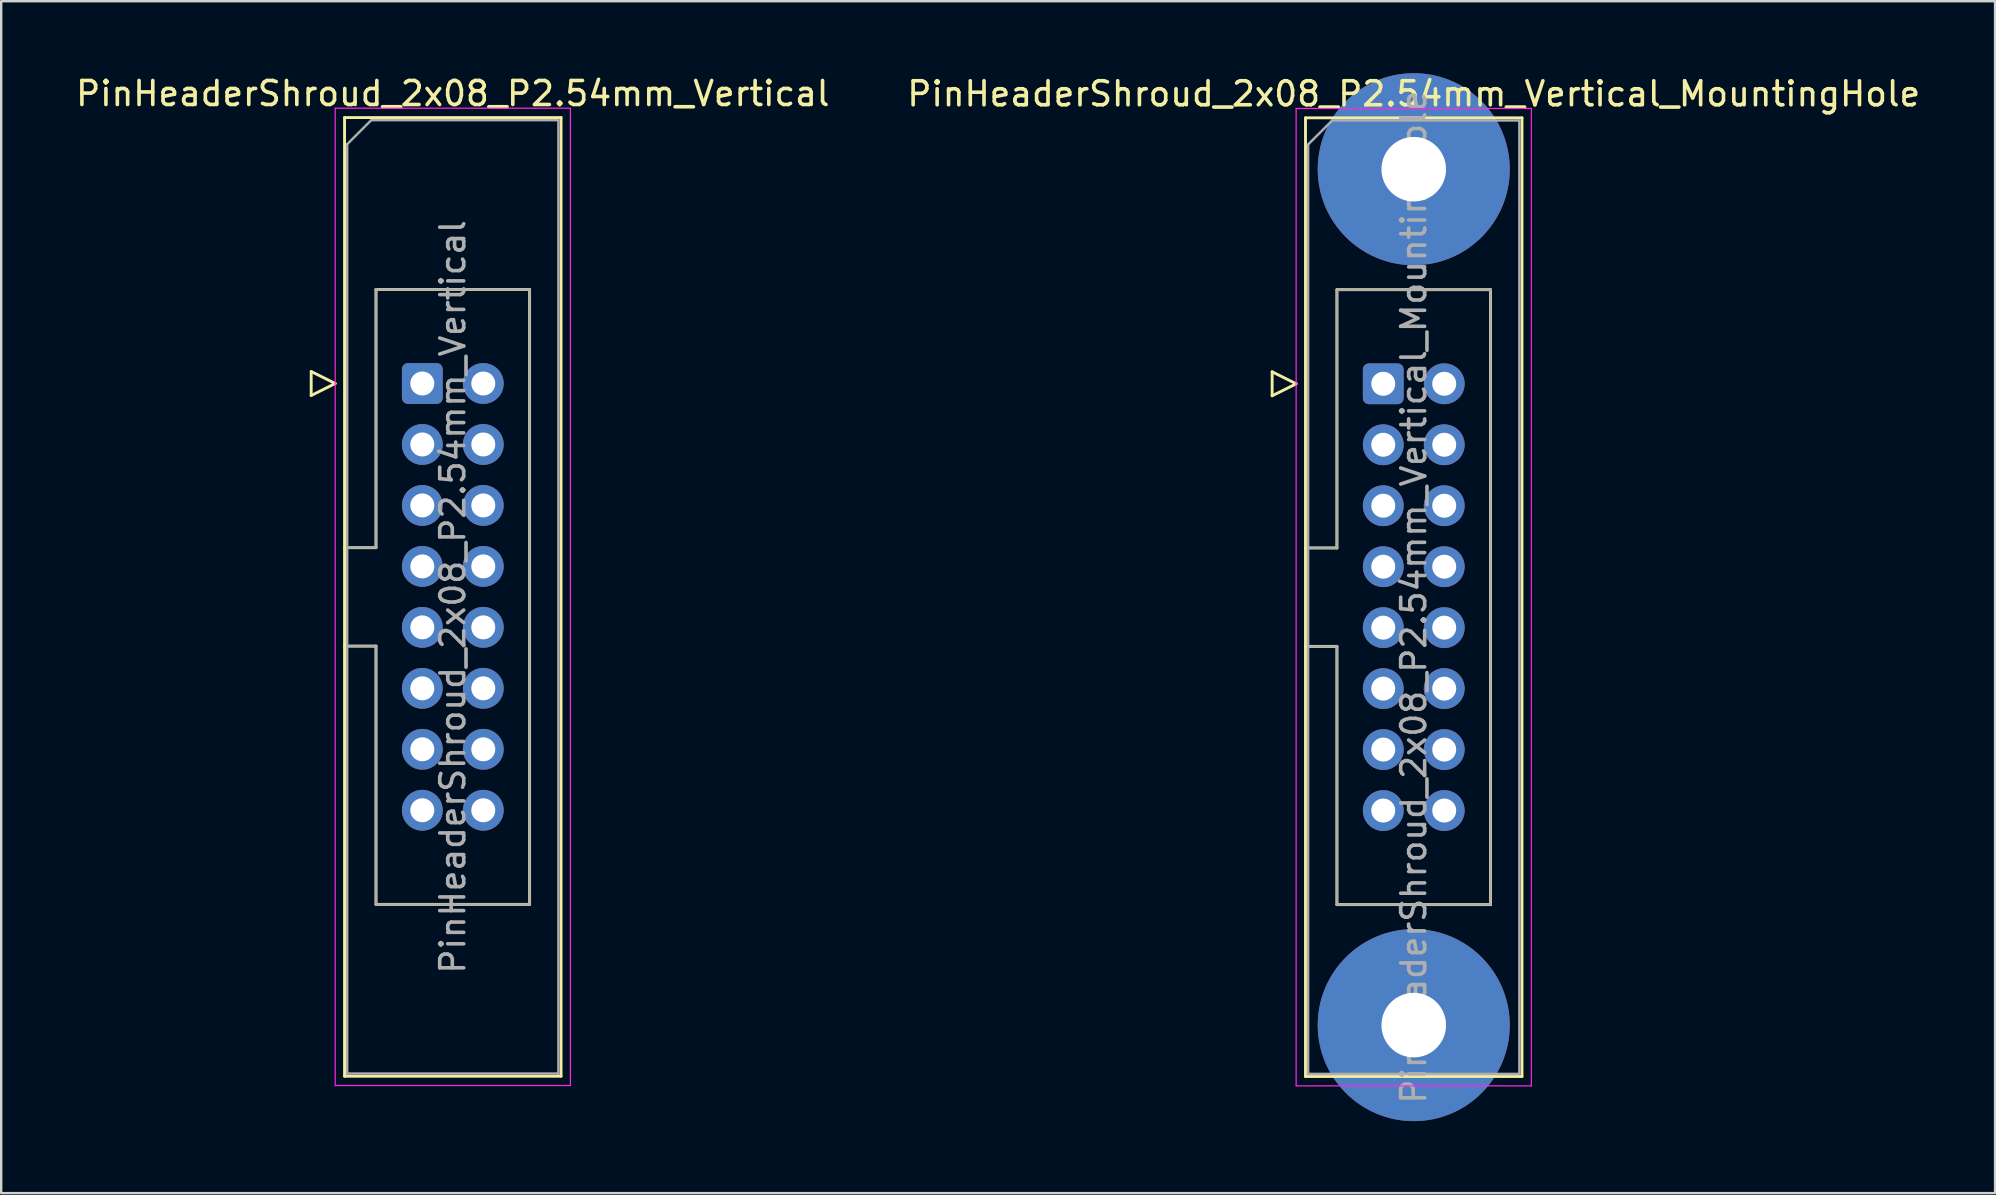
<source format=kicad_pcb>
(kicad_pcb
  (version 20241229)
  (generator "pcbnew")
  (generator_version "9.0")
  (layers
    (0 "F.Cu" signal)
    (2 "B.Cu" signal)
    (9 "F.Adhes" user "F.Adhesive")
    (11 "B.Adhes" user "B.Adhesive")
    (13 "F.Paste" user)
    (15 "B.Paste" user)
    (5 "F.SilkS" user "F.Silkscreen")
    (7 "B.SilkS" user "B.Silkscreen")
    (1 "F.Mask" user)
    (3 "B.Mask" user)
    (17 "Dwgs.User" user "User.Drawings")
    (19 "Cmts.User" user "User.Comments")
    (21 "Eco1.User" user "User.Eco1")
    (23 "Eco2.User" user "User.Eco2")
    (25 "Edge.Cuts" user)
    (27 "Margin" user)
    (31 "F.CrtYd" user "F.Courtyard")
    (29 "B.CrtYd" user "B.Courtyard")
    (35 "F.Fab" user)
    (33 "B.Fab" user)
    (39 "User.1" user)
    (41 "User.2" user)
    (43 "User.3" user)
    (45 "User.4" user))
  (footprint "PinHeaderShroud_2x08_P2.54mm_Vertical_MountingHole"
    (layer "F.Cu")
    (at 54.581 12.94)
    (property "Reference" "PinHeaderShroud_2x08_P2.54mm_Vertical_MountingHole" (at 1.27 -12.08 0) (layer "F.SilkS") (effects (font (size 1 1) (thickness 0.15))))
    (attr through_hole)
    (fp_line (start -4.63 -0.5) (end -4.63 0.5) (stroke (width 0.12) (type solid)) (layer "F.SilkS"))
    (fp_line (start -4.63 0.5) (end -3.63 0) (stroke (width 0.12) (type solid)) (layer "F.SilkS"))
    (fp_line (start -3.63 0) (end -4.63 -0.5) (stroke (width 0.12) (type solid)) (layer "F.SilkS"))
    (fp_line (start -3.24 -11.08) (end 5.78 -11.08) (stroke (width 0.12) (type solid)) (layer "F.SilkS"))
    (fp_line (start -3.24 6.84) (end -1.93 6.84) (stroke (width 0.12) (type solid)) (layer "F.SilkS"))
    (fp_line (start -3.24 10.94) (end -1.93 10.94) (stroke (width 0.12) (type solid)) (layer "F.SilkS"))
    (fp_line (start -3.24 28.86) (end -3.24 -11.08) (stroke (width 0.12) (type solid)) (layer "F.SilkS"))
    (fp_line (start -1.93 -3.92) (end 4.47 -3.92) (stroke (width 0.12) (type solid)) (layer "F.SilkS"))
    (fp_line (start -1.93 6.84) (end -1.93 -3.92) (stroke (width 0.12) (type solid)) (layer "F.SilkS"))
    (fp_line (start -1.93 21.7) (end -1.93 10.94) (stroke (width 0.12) (type solid)) (layer "F.SilkS"))
    (fp_line (start 4.47 -3.92) (end 4.47 21.7) (stroke (width 0.12) (type solid)) (layer "F.SilkS"))
    (fp_line (start 4.47 21.7) (end -1.93 21.7) (stroke (width 0.12) (type solid)) (layer "F.SilkS"))
    (fp_line (start 5.78 -11.08) (end 5.78 28.86) (stroke (width 0.12) (type solid)) (layer "F.SilkS"))
    (fp_line (start 5.78 28.86) (end -3.24 28.86) (stroke (width 0.12) (type solid)) (layer "F.SilkS"))
    (fp_line (start -3.63 -11.47) (end -3.63 29.25) (stroke (width 0.05) (type solid)) (layer "F.CrtYd"))
    (fp_line (start -3.63 29.25) (end 6.17 29.25) (stroke (width 0.05) (type solid)) (layer "F.CrtYd"))
    (fp_line (start 6.17 -11.47) (end -3.63 -11.47) (stroke (width 0.05) (type solid)) (layer "F.CrtYd"))
    (fp_line (start 6.17 29.25) (end 6.17 -11.47) (stroke (width 0.05) (type solid)) (layer "F.CrtYd"))
    (fp_line (start -3.13 -9.97) (end -2.13 -10.97) (stroke (width 0.1) (type solid)) (layer "F.Fab"))
    (fp_line (start -3.13 6.84) (end -1.93 6.84) (stroke (width 0.1) (type solid)) (layer "F.Fab"))
    (fp_line (start -3.13 10.94) (end -1.93 10.94) (stroke (width 0.1) (type solid)) (layer "F.Fab"))
    (fp_line (start -3.13 28.75) (end -3.13 -9.97) (stroke (width 0.1) (type solid)) (layer "F.Fab"))
    (fp_line (start -2.13 -10.97) (end 5.67 -10.97) (stroke (width 0.1) (type solid)) (layer "F.Fab"))
    (fp_line (start -1.93 -3.92) (end 4.47 -3.92) (stroke (width 0.1) (type solid)) (layer "F.Fab"))
    (fp_line (start -1.93 6.84) (end -1.93 -3.92) (stroke (width 0.1) (type solid)) (layer "F.Fab"))
    (fp_line (start -1.93 21.7) (end -1.93 10.94) (stroke (width 0.1) (type solid)) (layer "F.Fab"))
    (fp_line (start 4.47 -3.92) (end 4.47 21.7) (stroke (width 0.1) (type solid)) (layer "F.Fab"))
    (fp_line (start 4.47 21.7) (end -1.93 21.7) (stroke (width 0.1) (type solid)) (layer "F.Fab"))
    (fp_line (start 5.67 -10.97) (end 5.67 28.75) (stroke (width 0.1) (type solid)) (layer "F.Fab"))
    (fp_line (start 5.67 28.75) (end -3.13 28.75) (stroke (width 0.1) (type solid)) (layer "F.Fab"))
    (fp_text user "${REFERENCE}" (at 1.27 8.89 90) (layer "F.Fab") (effects (font (size 1 1) (thickness 0.15))))
    (pad "" thru_hole circle (at 1.27 -8.94) (size 8 8) (drill 2.69) (layers "*.Cu" "*.Mask"))
    (pad "" thru_hole circle (at 1.27 26.72) (size 8 8) (drill 2.69) (layers "*.Cu" "*.Mask"))
    (pad "1" thru_hole roundrect (at 0 0) (size 1.7 1.7) (drill 1) (layers "*.Cu" "*.Mask") (roundrect_rratio 0.147))
    (pad "2" thru_hole circle (at 2.54 0) (size 1.7 1.7) (drill 1) (layers "*.Cu" "*.Mask"))
    (pad "3" thru_hole circle (at 0 2.54) (size 1.7 1.7) (drill 1) (layers "*.Cu" "*.Mask"))
    (pad "4" thru_hole circle (at 2.54 2.54) (size 1.7 1.7) (drill 1) (layers "*.Cu" "*.Mask"))
    (pad "5" thru_hole circle (at 0 5.08) (size 1.7 1.7) (drill 1) (layers "*.Cu" "*.Mask"))
    (pad "6" thru_hole circle (at 2.54 5.08) (size 1.7 1.7) (drill 1) (layers "*.Cu" "*.Mask"))
    (pad "7" thru_hole circle (at 0 7.62) (size 1.7 1.7) (drill 1) (layers "*.Cu" "*.Mask"))
    (pad "8" thru_hole circle (at 2.54 7.62) (size 1.7 1.7) (drill 1) (layers "*.Cu" "*.Mask"))
    (pad "9" thru_hole circle (at 0 10.16) (size 1.7 1.7) (drill 1) (layers "*.Cu" "*.Mask"))
    (pad "10" thru_hole circle (at 2.54 10.16) (size 1.7 1.7) (drill 1) (layers "*.Cu" "*.Mask"))
    (pad "11" thru_hole circle (at 0 12.7) (size 1.7 1.7) (drill 1) (layers "*.Cu" "*.Mask"))
    (pad "12" thru_hole circle (at 2.54 12.7) (size 1.7 1.7) (drill 1) (layers "*.Cu" "*.Mask"))
    (pad "13" thru_hole circle (at 0 15.24) (size 1.7 1.7) (drill 1) (layers "*.Cu" "*.Mask"))
    (pad "14" thru_hole circle (at 2.54 15.24) (size 1.7 1.7) (drill 1) (layers "*.Cu" "*.Mask"))
    (pad "15" thru_hole circle (at 0 17.78) (size 1.7 1.7) (drill 1) (layers "*.Cu" "*.Mask"))
    (pad "16" thru_hole circle (at 2.54 17.78) (size 1.7 1.7) (drill 1) (layers "*.Cu" "*.Mask")))
  (footprint "PinHeaderShroud_2x08_P2.54mm_Vertical"
    (layer "F.Cu")
    (at 14.545 12.928)
    (property "Reference" "PinHeaderShroud_2x08_P2.54mm_Vertical" (at 1.27 -12.08 0) (layer "F.SilkS") (effects (font (size 1 1) (thickness 0.15))))
    (attr through_hole)
    (fp_line (start -4.63 -0.5) (end -4.63 0.5) (stroke (width 0.12) (type solid)) (layer "F.SilkS"))
    (fp_line (start -4.63 0.5) (end -3.63 0) (stroke (width 0.12) (type solid)) (layer "F.SilkS"))
    (fp_line (start -3.63 0) (end -4.63 -0.5) (stroke (width 0.12) (type solid)) (layer "F.SilkS"))
    (fp_line (start -3.24 -11.08) (end 5.78 -11.08) (stroke (width 0.12) (type solid)) (layer "F.SilkS"))
    (fp_line (start -3.24 6.84) (end -1.93 6.84) (stroke (width 0.12) (type solid)) (layer "F.SilkS"))
    (fp_line (start -3.24 10.94) (end -1.93 10.94) (stroke (width 0.12) (type solid)) (layer "F.SilkS"))
    (fp_line (start -3.24 28.86) (end -3.24 -11.08) (stroke (width 0.12) (type solid)) (layer "F.SilkS"))
    (fp_line (start -1.93 -3.92) (end 4.47 -3.92) (stroke (width 0.12) (type solid)) (layer "F.SilkS"))
    (fp_line (start -1.93 6.84) (end -1.93 -3.92) (stroke (width 0.12) (type solid)) (layer "F.SilkS"))
    (fp_line (start -1.93 21.7) (end -1.93 10.94) (stroke (width 0.12) (type solid)) (layer "F.SilkS"))
    (fp_line (start 4.47 -3.92) (end 4.47 21.7) (stroke (width 0.12) (type solid)) (layer "F.SilkS"))
    (fp_line (start 4.47 21.7) (end -1.93 21.7) (stroke (width 0.12) (type solid)) (layer "F.SilkS"))
    (fp_line (start 5.78 -11.08) (end 5.78 28.86) (stroke (width 0.12) (type solid)) (layer "F.SilkS"))
    (fp_line (start 5.78 28.86) (end -3.24 28.86) (stroke (width 0.12) (type solid)) (layer "F.SilkS"))
    (fp_line (start -3.63 -11.47) (end -3.63 29.25) (stroke (width 0.05) (type solid)) (layer "F.CrtYd"))
    (fp_line (start -3.63 29.25) (end 6.17 29.25) (stroke (width 0.05) (type solid)) (layer "F.CrtYd"))
    (fp_line (start 6.17 -11.47) (end -3.63 -11.47) (stroke (width 0.05) (type solid)) (layer "F.CrtYd"))
    (fp_line (start 6.17 29.25) (end 6.17 -11.47) (stroke (width 0.05) (type solid)) (layer "F.CrtYd"))
    (fp_line (start -3.13 -9.97) (end -2.13 -10.97) (stroke (width 0.1) (type solid)) (layer "F.Fab"))
    (fp_line (start -3.13 6.84) (end -1.93 6.84) (stroke (width 0.1) (type solid)) (layer "F.Fab"))
    (fp_line (start -3.13 10.94) (end -1.93 10.94) (stroke (width 0.1) (type solid)) (layer "F.Fab"))
    (fp_line (start -3.13 28.75) (end -3.13 -9.97) (stroke (width 0.1) (type solid)) (layer "F.Fab"))
    (fp_line (start -2.13 -10.97) (end 5.67 -10.97) (stroke (width 0.1) (type solid)) (layer "F.Fab"))
    (fp_line (start -1.93 -3.92) (end 4.47 -3.92) (stroke (width 0.1) (type solid)) (layer "F.Fab"))
    (fp_line (start -1.93 6.84) (end -1.93 -3.92) (stroke (width 0.1) (type solid)) (layer "F.Fab"))
    (fp_line (start -1.93 21.7) (end -1.93 10.94) (stroke (width 0.1) (type solid)) (layer "F.Fab"))
    (fp_line (start 4.47 -3.92) (end 4.47 21.7) (stroke (width 0.1) (type solid)) (layer "F.Fab"))
    (fp_line (start 4.47 21.7) (end -1.93 21.7) (stroke (width 0.1) (type solid)) (layer "F.Fab"))
    (fp_line (start 5.67 -10.97) (end 5.67 28.75) (stroke (width 0.1) (type solid)) (layer "F.Fab"))
    (fp_line (start 5.67 28.75) (end -3.13 28.75) (stroke (width 0.1) (type solid)) (layer "F.Fab"))
    (fp_text user "${REFERENCE}" (at 1.27 8.89 90) (layer "F.Fab") (effects (font (size 1 1) (thickness 0.15))))
    (pad "1" thru_hole roundrect (at 0 0) (size 1.7 1.7) (drill 1) (layers "*.Cu" "*.Mask") (roundrect_rratio 0.147))
    (pad "2" thru_hole circle (at 2.54 0) (size 1.7 1.7) (drill 1) (layers "*.Cu" "*.Mask"))
    (pad "3" thru_hole circle (at 0 2.54) (size 1.7 1.7) (drill 1) (layers "*.Cu" "*.Mask"))
    (pad "4" thru_hole circle (at 2.54 2.54) (size 1.7 1.7) (drill 1) (layers "*.Cu" "*.Mask"))
    (pad "5" thru_hole circle (at 0 5.08) (size 1.7 1.7) (drill 1) (layers "*.Cu" "*.Mask"))
    (pad "6" thru_hole circle (at 2.54 5.08) (size 1.7 1.7) (drill 1) (layers "*.Cu" "*.Mask"))
    (pad "7" thru_hole circle (at 0 7.62) (size 1.7 1.7) (drill 1) (layers "*.Cu" "*.Mask"))
    (pad "8" thru_hole circle (at 2.54 7.62) (size 1.7 1.7) (drill 1) (layers "*.Cu" "*.Mask"))
    (pad "9" thru_hole circle (at 0 10.16) (size 1.7 1.7) (drill 1) (layers "*.Cu" "*.Mask"))
    (pad "10" thru_hole circle (at 2.54 10.16) (size 1.7 1.7) (drill 1) (layers "*.Cu" "*.Mask"))
    (pad "11" thru_hole circle (at 0 12.7) (size 1.7 1.7) (drill 1) (layers "*.Cu" "*.Mask"))
    (pad "12" thru_hole circle (at 2.54 12.7) (size 1.7 1.7) (drill 1) (layers "*.Cu" "*.Mask"))
    (pad "13" thru_hole circle (at 0 15.24) (size 1.7 1.7) (drill 1) (layers "*.Cu" "*.Mask"))
    (pad "14" thru_hole circle (at 2.54 15.24) (size 1.7 1.7) (drill 1) (layers "*.Cu" "*.Mask"))
    (pad "15" thru_hole circle (at 0 17.78) (size 1.7 1.7) (drill 1) (layers "*.Cu" "*.Mask"))
    (pad "16" thru_hole circle (at 2.54 17.78) (size 1.7 1.7) (drill 1) (layers "*.Cu" "*.Mask")))
  (gr_rect
    (start -3 -3)
    (end 80.071 46.66)
    (stroke (width 0.1) (type default))
    (fill no)
    (layer "Edge.Cuts")))
</source>
